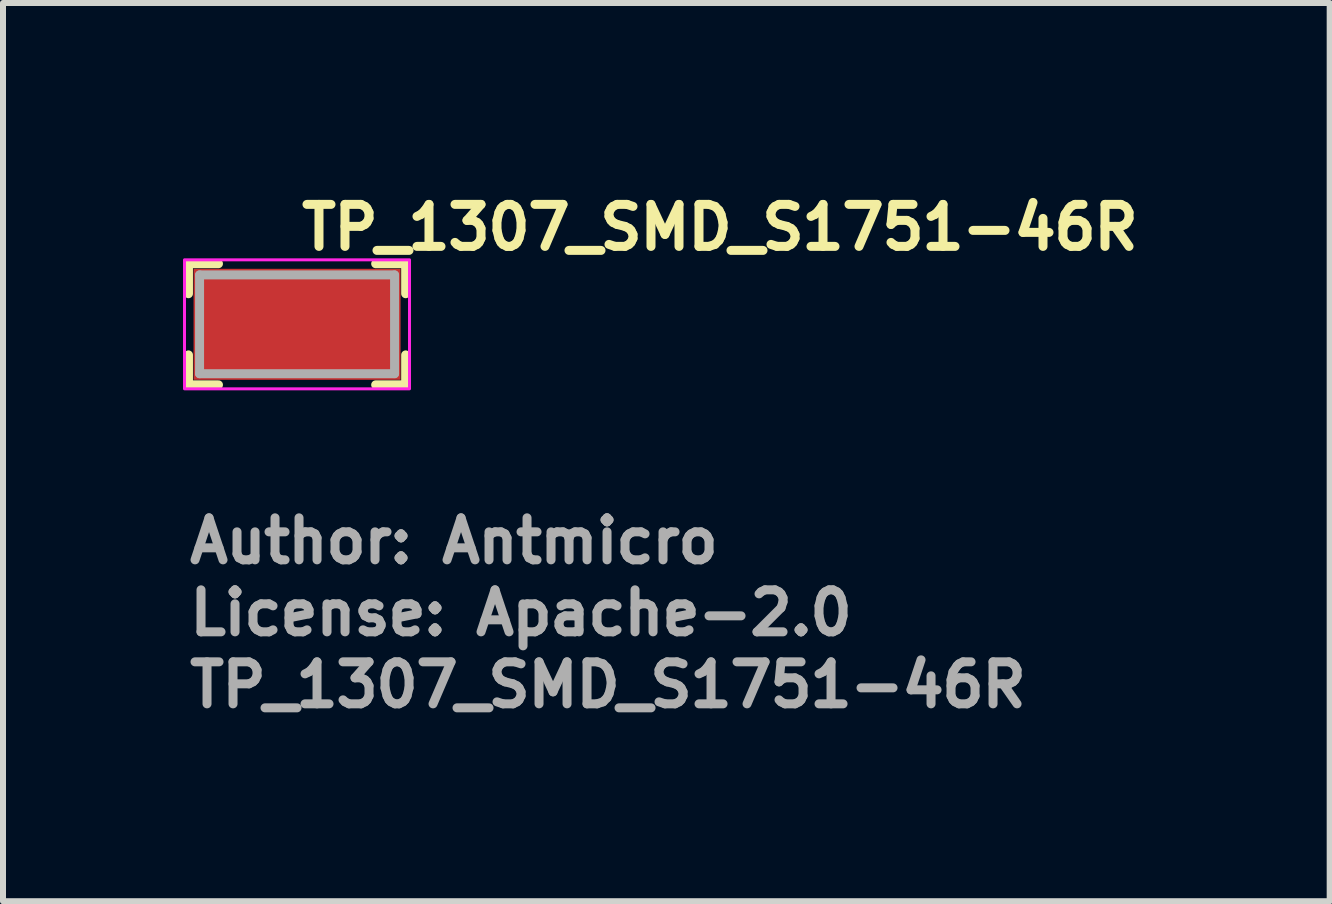
<source format=kicad_pcb>
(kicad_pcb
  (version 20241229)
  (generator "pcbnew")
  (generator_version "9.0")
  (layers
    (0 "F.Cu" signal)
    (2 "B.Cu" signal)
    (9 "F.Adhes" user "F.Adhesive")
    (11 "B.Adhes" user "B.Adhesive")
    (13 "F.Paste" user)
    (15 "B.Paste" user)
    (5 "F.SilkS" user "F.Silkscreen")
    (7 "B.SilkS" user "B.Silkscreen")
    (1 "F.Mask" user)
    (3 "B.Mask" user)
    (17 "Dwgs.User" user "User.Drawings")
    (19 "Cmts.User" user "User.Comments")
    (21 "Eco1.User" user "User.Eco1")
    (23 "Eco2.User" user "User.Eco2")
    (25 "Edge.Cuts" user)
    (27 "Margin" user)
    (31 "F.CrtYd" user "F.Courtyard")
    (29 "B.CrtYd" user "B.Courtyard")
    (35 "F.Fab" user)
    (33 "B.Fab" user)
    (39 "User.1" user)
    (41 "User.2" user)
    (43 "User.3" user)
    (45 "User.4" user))
  (footprint "TP_1307_SMD_S1751-46R"
    (layer "F.Cu")
    (at 1.905 2.35)
    (property "Reference" "TP_1307_SMD_S1751-46R" (at -0.004 -1.2 0) (layer "F.SilkS") (effects (font (size 0.7 0.7) (thickness 0.15)) (justify left bottom)))
    (attr smd)
    (fp_line (start -1.814 -1.005) (end -1.814 -0.505) (stroke (width 0.15) (type solid)) (layer "F.SilkS"))
    (fp_line (start -1.814 -1.005) (end -1.314 -1.005) (stroke (width 0.15) (type solid)) (layer "F.SilkS"))
    (fp_line (start -1.814 1.014) (end -1.814 0.515) (stroke (width 0.15) (type solid)) (layer "F.SilkS"))
    (fp_line (start -1.814 1.014) (end -1.314 1.014) (stroke (width 0.15) (type solid)) (layer "F.SilkS"))
    (fp_line (start 1.806 -1.005) (end 1.306 -1.005) (stroke (width 0.15) (type solid)) (layer "F.SilkS"))
    (fp_line (start 1.806 -1.005) (end 1.806 -0.505) (stroke (width 0.15) (type solid)) (layer "F.SilkS"))
    (fp_line (start 1.806 1.014) (end 1.306 1.014) (stroke (width 0.15) (type solid)) (layer "F.SilkS"))
    (fp_line (start 1.806 1.014) (end 1.806 0.515) (stroke (width 0.15) (type solid)) (layer "F.SilkS"))
    (fp_rect (start -1.88 -1.07) (end 1.87 1.08) (stroke (width 0.05) (type solid)) (fill no) (layer "F.CrtYd"))
    (fp_line (start -1.629 -0.818) (end 1.621 -0.818) (stroke (width 0.15) (type solid)) (layer "F.Fab"))
    (fp_line (start -1.629 0.828) (end -1.629 -0.818) (stroke (width 0.15) (type solid)) (layer "F.Fab"))
    (fp_line (start -1.629 0.828) (end 1.621 0.828) (stroke (width 0.15) (type solid)) (layer "F.Fab"))
    (fp_line (start 1.621 0.828) (end 1.621 -0.818) (stroke (width 0.15) (type solid)) (layer "F.Fab"))
    (fp_rect (start -1.624 -0.824) (end 1.625 0.824) (stroke (width 0.1) (type solid)) (fill no) (layer "User.5"))
    (fp_line (start -1.624 -0.824) (end -1.624 0.625) (stroke (width 0.02) (type solid)) (layer "User.9"))
    (fp_line (start -1.624 0.725) (end -1.624 0.625) (stroke (width 0.02) (type solid)) (layer "User.9"))
    (fp_line (start -1.624 0.824) (end -1.624 0.725) (stroke (width 0.02) (type solid)) (layer "User.9"))
    (fp_line (start -1.624 0.824) (end -1.244 0.824) (stroke (width 0.02) (type solid)) (layer "User.9"))
    (fp_line (start -1.619 -0.824) (end -1.624 -0.824) (stroke (width 0.02) (type solid)) (layer "User.9"))
    (fp_line (start -1.619 -0.824) (end -1.619 -0.824) (stroke (width 0.02) (type solid)) (layer "User.9"))
    (fp_line (start -1.619 0.625) (end -1.624 0.625) (stroke (width 0.02) (type solid)) (layer "User.9"))
    (fp_line (start -1.619 0.625) (end -1.619 0.625) (stroke (width 0.02) (type solid)) (layer "User.9"))
    (fp_line (start -1.604 -0.824) (end -1.619 -0.824) (stroke (width 0.02) (type solid)) (layer "User.9"))
    (fp_line (start -1.604 -0.824) (end -1.604 -0.824) (stroke (width 0.02) (type solid)) (layer "User.9"))
    (fp_line (start -1.604 0.625) (end -1.619 0.625) (stroke (width 0.02) (type solid)) (layer "User.9"))
    (fp_line (start -1.604 0.625) (end -1.604 0.625) (stroke (width 0.02) (type solid)) (layer "User.9"))
    (fp_line (start -1.581 -0.824) (end -1.604 -0.824) (stroke (width 0.02) (type solid)) (layer "User.9"))
    (fp_line (start -1.581 -0.824) (end -1.581 -0.824) (stroke (width 0.02) (type solid)) (layer "User.9"))
    (fp_line (start -1.581 0.625) (end -1.604 0.625) (stroke (width 0.02) (type solid)) (layer "User.9"))
    (fp_line (start -1.581 0.625) (end -1.581 0.625) (stroke (width 0.02) (type solid)) (layer "User.9"))
    (fp_line (start -1.548 -0.824) (end -1.581 -0.824) (stroke (width 0.02) (type solid)) (layer "User.9"))
    (fp_line (start -1.548 -0.824) (end -1.548 -0.824) (stroke (width 0.02) (type solid)) (layer "User.9"))
    (fp_line (start -1.548 0.625) (end -1.581 0.625) (stroke (width 0.02) (type solid)) (layer "User.9"))
    (fp_line (start -1.548 0.625) (end -1.548 0.625) (stroke (width 0.02) (type solid)) (layer "User.9"))
    (fp_line (start -1.507 -0.824) (end -1.548 -0.824) (stroke (width 0.02) (type solid)) (layer "User.9"))
    (fp_line (start -1.507 -0.824) (end -1.507 -0.824) (stroke (width 0.02) (type solid)) (layer "User.9"))
    (fp_line (start -1.507 0.625) (end -1.548 0.625) (stroke (width 0.02) (type solid)) (layer "User.9"))
    (fp_line (start -1.507 0.625) (end -1.507 0.625) (stroke (width 0.02) (type solid)) (layer "User.9"))
    (fp_line (start -1.458 -0.824) (end -1.507 -0.824) (stroke (width 0.02) (type solid)) (layer "User.9"))
    (fp_line (start -1.458 -0.824) (end -1.458 -0.824) (stroke (width 0.02) (type solid)) (layer "User.9"))
    (fp_line (start -1.458 0.625) (end -1.507 0.625) (stroke (width 0.02) (type solid)) (layer "User.9"))
    (fp_line (start -1.458 0.625) (end -1.458 0.625) (stroke (width 0.02) (type solid)) (layer "User.9"))
    (fp_line (start -1.401 -0.824) (end -1.458 -0.824) (stroke (width 0.02) (type solid)) (layer "User.9"))
    (fp_line (start -1.401 -0.824) (end -1.401 -0.824) (stroke (width 0.02) (type solid)) (layer "User.9"))
    (fp_line (start -1.401 0.625) (end -1.458 0.625) (stroke (width 0.02) (type solid)) (layer "User.9"))
    (fp_line (start -1.401 0.625) (end -1.401 0.625) (stroke (width 0.02) (type solid)) (layer "User.9"))
    (fp_line (start -1.244 0.625) (end -1.244 0.725) (stroke (width 0.02) (type solid)) (layer "User.9"))
    (fp_line (start -1.244 0.725) (end -1.244 0.824) (stroke (width 0.02) (type solid)) (layer "User.9"))
    (fp_line (start -1.244 0.824) (end -1.624 0.824) (stroke (width 0.02) (type solid)) (layer "User.9"))
    (fp_line (start -1.244 0.824) (end -1.132 0.824) (stroke (width 0.02) (type solid)) (layer "User.9"))
    (fp_line (start -1.132 0.824) (end -1.132 0.824) (stroke (width 0.02) (type solid)) (layer "User.9"))
    (fp_line (start -1.132 0.824) (end -0.864 0.824) (stroke (width 0.02) (type solid)) (layer "User.9"))
    (fp_line (start -0.864 -0.824) (end -1.401 -0.824) (stroke (width 0.02) (type solid)) (layer "User.9"))
    (fp_line (start -0.864 0.625) (end -1.401 0.625) (stroke (width 0.02) (type solid)) (layer "User.9"))
    (fp_line (start -0.864 0.625) (end -0.604 0.625) (stroke (width 0.02) (type solid)) (layer "User.9"))
    (fp_line (start -0.864 0.824) (end -0.504 0.824) (stroke (width 0.02) (type solid)) (layer "User.9"))
    (fp_line (start -0.599 0.625) (end -0.604 0.625) (stroke (width 0.02) (type solid)) (layer "User.9"))
    (fp_line (start -0.594 0.625) (end -0.599 0.625) (stroke (width 0.02) (type solid)) (layer "User.9"))
    (fp_line (start -0.589 0.626) (end -0.594 0.625) (stroke (width 0.02) (type solid)) (layer "User.9"))
    (fp_line (start -0.584 0.626) (end -0.589 0.626) (stroke (width 0.02) (type solid)) (layer "User.9"))
    (fp_line (start -0.579 0.628) (end -0.584 0.626) (stroke (width 0.02) (type solid)) (layer "User.9"))
    (fp_line (start -0.574 0.629) (end -0.579 0.628) (stroke (width 0.02) (type solid)) (layer "User.9"))
    (fp_line (start -0.57 0.63) (end -0.574 0.629) (stroke (width 0.02) (type solid)) (layer "User.9"))
    (fp_line (start -0.565 0.632) (end -0.57 0.63) (stroke (width 0.02) (type solid)) (layer "User.9"))
    (fp_line (start -0.561 0.634) (end -0.565 0.632) (stroke (width 0.02) (type solid)) (layer "User.9"))
    (fp_line (start -0.556 0.636) (end -0.561 0.634) (stroke (width 0.02) (type solid)) (layer "User.9"))
    (fp_line (start -0.552 0.639) (end -0.556 0.636) (stroke (width 0.02) (type solid)) (layer "User.9"))
    (fp_line (start -0.548 0.641) (end -0.552 0.639) (stroke (width 0.02) (type solid)) (layer "User.9"))
    (fp_line (start -0.544 0.644) (end -0.548 0.641) (stroke (width 0.02) (type solid)) (layer "User.9"))
    (fp_line (start -0.54 0.647) (end -0.544 0.644) (stroke (width 0.02) (type solid)) (layer "User.9"))
    (fp_line (start -0.536 0.65) (end -0.54 0.647) (stroke (width 0.02) (type solid)) (layer "User.9"))
    (fp_line (start -0.533 0.654) (end -0.536 0.65) (stroke (width 0.02) (type solid)) (layer "User.9"))
    (fp_line (start -0.533 0.654) (end -0.533 0.654) (stroke (width 0.02) (type solid)) (layer "User.9"))
    (fp_line (start -0.529 0.657) (end -0.533 0.654) (stroke (width 0.02) (type solid)) (layer "User.9"))
    (fp_line (start -0.526 0.661) (end -0.529 0.657) (stroke (width 0.02) (type solid)) (layer "User.9"))
    (fp_line (start -0.523 0.665) (end -0.526 0.661) (stroke (width 0.02) (type solid)) (layer "User.9"))
    (fp_line (start -0.52 0.669) (end -0.523 0.665) (stroke (width 0.02) (type solid)) (layer "User.9"))
    (fp_line (start -0.518 0.673) (end -0.52 0.669) (stroke (width 0.02) (type solid)) (layer "User.9"))
    (fp_line (start -0.515 0.677) (end -0.518 0.673) (stroke (width 0.02) (type solid)) (layer "User.9"))
    (fp_line (start -0.513 0.682) (end -0.515 0.677) (stroke (width 0.02) (type solid)) (layer "User.9"))
    (fp_line (start -0.511 0.686) (end -0.513 0.682) (stroke (width 0.02) (type solid)) (layer "User.9"))
    (fp_line (start -0.509 0.691) (end -0.511 0.686) (stroke (width 0.02) (type solid)) (layer "User.9"))
    (fp_line (start -0.508 0.695) (end -0.509 0.691) (stroke (width 0.02) (type solid)) (layer "User.9"))
    (fp_line (start -0.507 0.7) (end -0.508 0.695) (stroke (width 0.02) (type solid)) (layer "User.9"))
    (fp_line (start -0.505 0.705) (end -0.507 0.7) (stroke (width 0.02) (type solid)) (layer "User.9"))
    (fp_line (start -0.505 0.71) (end -0.505 0.705) (stroke (width 0.02) (type solid)) (layer "User.9"))
    (fp_line (start -0.504 0.715) (end -0.505 0.71) (stroke (width 0.02) (type solid)) (layer "User.9"))
    (fp_line (start -0.504 0.72) (end -0.504 0.715) (stroke (width 0.02) (type solid)) (layer "User.9"))
    (fp_line (start -0.504 0.725) (end -0.504 0.72) (stroke (width 0.02) (type solid)) (layer "User.9"))
    (fp_line (start -0.504 0.824) (end -0.504 0.725) (stroke (width 0.02) (type solid)) (layer "User.9"))
    (fp_line (start 0.496 0.715) (end 0.496 0.72) (stroke (width 0.02) (type solid)) (layer "User.9"))
    (fp_line (start 0.496 0.72) (end 0.496 0.725) (stroke (width 0.02) (type solid)) (layer "User.9"))
    (fp_line (start 0.496 0.824) (end -0.504 0.824) (stroke (width 0.02) (type solid)) (layer "User.9"))
    (fp_line (start 0.496 0.824) (end 0.496 0.725) (stroke (width 0.02) (type solid)) (layer "User.9"))
    (fp_line (start 0.497 0.705) (end 0.497 0.71) (stroke (width 0.02) (type solid)) (layer "User.9"))
    (fp_line (start 0.497 0.71) (end 0.496 0.715) (stroke (width 0.02) (type solid)) (layer "User.9"))
    (fp_line (start 0.499 0.7) (end 0.497 0.705) (stroke (width 0.02) (type solid)) (layer "User.9"))
    (fp_line (start 0.5 0.695) (end 0.499 0.7) (stroke (width 0.02) (type solid)) (layer "User.9"))
    (fp_line (start 0.501 0.691) (end 0.5 0.695) (stroke (width 0.02) (type solid)) (layer "User.9"))
    (fp_line (start 0.503 0.686) (end 0.501 0.691) (stroke (width 0.02) (type solid)) (layer "User.9"))
    (fp_line (start 0.505 0.682) (end 0.503 0.686) (stroke (width 0.02) (type solid)) (layer "User.9"))
    (fp_line (start 0.507 0.677) (end 0.505 0.682) (stroke (width 0.02) (type solid)) (layer "User.9"))
    (fp_line (start 0.51 0.673) (end 0.507 0.677) (stroke (width 0.02) (type solid)) (layer "User.9"))
    (fp_line (start 0.512 0.669) (end 0.51 0.673) (stroke (width 0.02) (type solid)) (layer "User.9"))
    (fp_line (start 0.515 0.665) (end 0.512 0.669) (stroke (width 0.02) (type solid)) (layer "User.9"))
    (fp_line (start 0.518 0.661) (end 0.515 0.665) (stroke (width 0.02) (type solid)) (layer "User.9"))
    (fp_line (start 0.521 0.657) (end 0.518 0.661) (stroke (width 0.02) (type solid)) (layer "User.9"))
    (fp_line (start 0.525 0.654) (end 0.521 0.657) (stroke (width 0.02) (type solid)) (layer "User.9"))
    (fp_line (start 0.525 0.654) (end 0.525 0.654) (stroke (width 0.02) (type solid)) (layer "User.9"))
    (fp_line (start 0.528 0.65) (end 0.525 0.654) (stroke (width 0.02) (type solid)) (layer "User.9"))
    (fp_line (start 0.532 0.647) (end 0.528 0.65) (stroke (width 0.02) (type solid)) (layer "User.9"))
    (fp_line (start 0.536 0.644) (end 0.532 0.647) (stroke (width 0.02) (type solid)) (layer "User.9"))
    (fp_line (start 0.54 0.641) (end 0.536 0.644) (stroke (width 0.02) (type solid)) (layer "User.9"))
    (fp_line (start 0.544 0.639) (end 0.54 0.641) (stroke (width 0.02) (type solid)) (layer "User.9"))
    (fp_line (start 0.548 0.636) (end 0.544 0.639) (stroke (width 0.02) (type solid)) (layer "User.9"))
    (fp_line (start 0.553 0.634) (end 0.548 0.636) (stroke (width 0.02) (type solid)) (layer "User.9"))
    (fp_line (start 0.557 0.632) (end 0.553 0.634) (stroke (width 0.02) (type solid)) (layer "User.9"))
    (fp_line (start 0.562 0.63) (end 0.557 0.632) (stroke (width 0.02) (type solid)) (layer "User.9"))
    (fp_line (start 0.566 0.629) (end 0.562 0.63) (stroke (width 0.02) (type solid)) (layer "User.9"))
    (fp_line (start 0.571 0.628) (end 0.566 0.629) (stroke (width 0.02) (type solid)) (layer "User.9"))
    (fp_line (start 0.576 0.626) (end 0.571 0.628) (stroke (width 0.02) (type solid)) (layer "User.9"))
    (fp_line (start 0.581 0.626) (end 0.576 0.626) (stroke (width 0.02) (type solid)) (layer "User.9"))
    (fp_line (start 0.586 0.625) (end 0.581 0.626) (stroke (width 0.02) (type solid)) (layer "User.9"))
    (fp_line (start 0.591 0.625) (end 0.586 0.625) (stroke (width 0.02) (type solid)) (layer "User.9"))
    (fp_line (start 0.596 0.625) (end 0.591 0.625) (stroke (width 0.02) (type solid)) (layer "User.9"))
    (fp_line (start 0.866 -0.824) (end -0.864 -0.824) (stroke (width 0.02) (type solid)) (layer "User.9"))
    (fp_line (start 0.866 0.625) (end 0.596 0.625) (stroke (width 0.02) (type solid)) (layer "User.9"))
    (fp_line (start 0.866 0.824) (end 0.496 0.824) (stroke (width 0.02) (type solid)) (layer "User.9"))
    (fp_line (start 0.866 0.824) (end 1.134 0.824) (stroke (width 0.02) (type solid)) (layer "User.9"))
    (fp_line (start 1.134 0.824) (end 1.134 0.824) (stroke (width 0.02) (type solid)) (layer "User.9"))
    (fp_line (start 1.134 0.824) (end 1.246 0.824) (stroke (width 0.02) (type solid)) (layer "User.9"))
    (fp_line (start 1.246 0.725) (end 1.246 0.625) (stroke (width 0.02) (type solid)) (layer "User.9"))
    (fp_line (start 1.246 0.824) (end 1.246 0.725) (stroke (width 0.02) (type solid)) (layer "User.9"))
    (fp_line (start 1.403 -0.824) (end 0.866 -0.824) (stroke (width 0.02) (type solid)) (layer "User.9"))
    (fp_line (start 1.403 -0.824) (end 1.403 -0.824) (stroke (width 0.02) (type solid)) (layer "User.9"))
    (fp_line (start 1.403 0.625) (end 0.866 0.625) (stroke (width 0.02) (type solid)) (layer "User.9"))
    (fp_line (start 1.403 0.625) (end 1.403 0.625) (stroke (width 0.02) (type solid)) (layer "User.9"))
    (fp_line (start 1.509 -0.824) (end 1.403 -0.824) (stroke (width 0.02) (type solid)) (layer "User.9"))
    (fp_line (start 1.509 -0.824) (end 1.509 -0.824) (stroke (width 0.02) (type solid)) (layer "User.9"))
    (fp_line (start 1.509 0.625) (end 1.403 0.625) (stroke (width 0.02) (type solid)) (layer "User.9"))
    (fp_line (start 1.509 0.625) (end 1.509 0.625) (stroke (width 0.02) (type solid)) (layer "User.9"))
    (fp_line (start 1.55 -0.824) (end 1.509 -0.824) (stroke (width 0.02) (type solid)) (layer "User.9"))
    (fp_line (start 1.55 -0.824) (end 1.55 -0.824) (stroke (width 0.02) (type solid)) (layer "User.9"))
    (fp_line (start 1.55 0.625) (end 1.509 0.625) (stroke (width 0.02) (type solid)) (layer "User.9"))
    (fp_line (start 1.55 0.625) (end 1.55 0.625) (stroke (width 0.02) (type solid)) (layer "User.9"))
    (fp_line (start 1.583 -0.824) (end 1.55 -0.824) (stroke (width 0.02) (type solid)) (layer "User.9"))
    (fp_line (start 1.583 -0.824) (end 1.583 -0.824) (stroke (width 0.02) (type solid)) (layer "User.9"))
    (fp_line (start 1.583 0.625) (end 1.55 0.625) (stroke (width 0.02) (type solid)) (layer "User.9"))
    (fp_line (start 1.583 0.625) (end 1.583 0.625) (stroke (width 0.02) (type solid)) (layer "User.9"))
    (fp_line (start 1.606 -0.824) (end 1.583 -0.824) (stroke (width 0.02) (type solid)) (layer "User.9"))
    (fp_line (start 1.606 -0.824) (end 1.606 -0.824) (stroke (width 0.02) (type solid)) (layer "User.9"))
    (fp_line (start 1.606 0.625) (end 1.583 0.625) (stroke (width 0.02) (type solid)) (layer "User.9"))
    (fp_line (start 1.606 0.625) (end 1.606 0.625) (stroke (width 0.02) (type solid)) (layer "User.9"))
    (fp_line (start 1.621 -0.824) (end 1.606 -0.824) (stroke (width 0.02) (type solid)) (layer "User.9"))
    (fp_line (start 1.621 -0.824) (end 1.621 -0.824) (stroke (width 0.02) (type solid)) (layer "User.9"))
    (fp_line (start 1.621 0.625) (end 1.606 0.625) (stroke (width 0.02) (type solid)) (layer "User.9"))
    (fp_line (start 1.621 0.625) (end 1.621 0.625) (stroke (width 0.02) (type solid)) (layer "User.9"))
    (fp_line (start 1.625 -0.824) (end 1.621 -0.824) (stroke (width 0.02) (type solid)) (layer "User.9"))
    (fp_line (start 1.625 -0.824) (end 1.625 0.625) (stroke (width 0.02) (type solid)) (layer "User.9"))
    (fp_line (start 1.625 0.625) (end 1.621 0.625) (stroke (width 0.02) (type solid)) (layer "User.9"))
    (fp_line (start 1.625 0.625) (end 1.625 0.725) (stroke (width 0.02) (type solid)) (layer "User.9"))
    (fp_line (start 1.625 0.725) (end 1.625 0.824) (stroke (width 0.02) (type solid)) (layer "User.9"))
    (fp_line (start 1.625 0.824) (end 1.246 0.824) (stroke (width 0.02) (type solid)) (layer "User.9"))
    (fp_line (start 1.625 0.824) (end 1.246 0.824) (stroke (width 0.02) (type solid)) (layer "User.9"))
    (fp_text user "Author: Antmicro" (at -1.87 4.024 0) (layer "F.Fab") (effects (font (size 0.7 0.7) (thickness 0.15)) (justify left bottom)))
    (fp_text user "License: Apache-2.0" (at -1.87 5.224 0) (layer "F.Fab") (effects (font (size 0.7 0.7) (thickness 0.15)) (justify left bottom)))
    (fp_text user "${REFERENCE}" (at -1.87 6.424 0) (layer "F.Fab") (effects (font (size 0.7 0.7) (thickness 0.15)) (justify left bottom)))
    (pad "1" smd rect (at -0.004 0.005) (size 3.45 1.85) (layers "F.Cu" "F.Mask" "F.Paste")))
  (gr_rect
    (start -3 -3)
    (end 19.111 11.97)
    (stroke (width 0.1) (type default))
    (fill no)
    (layer "Edge.Cuts")))
</source>
